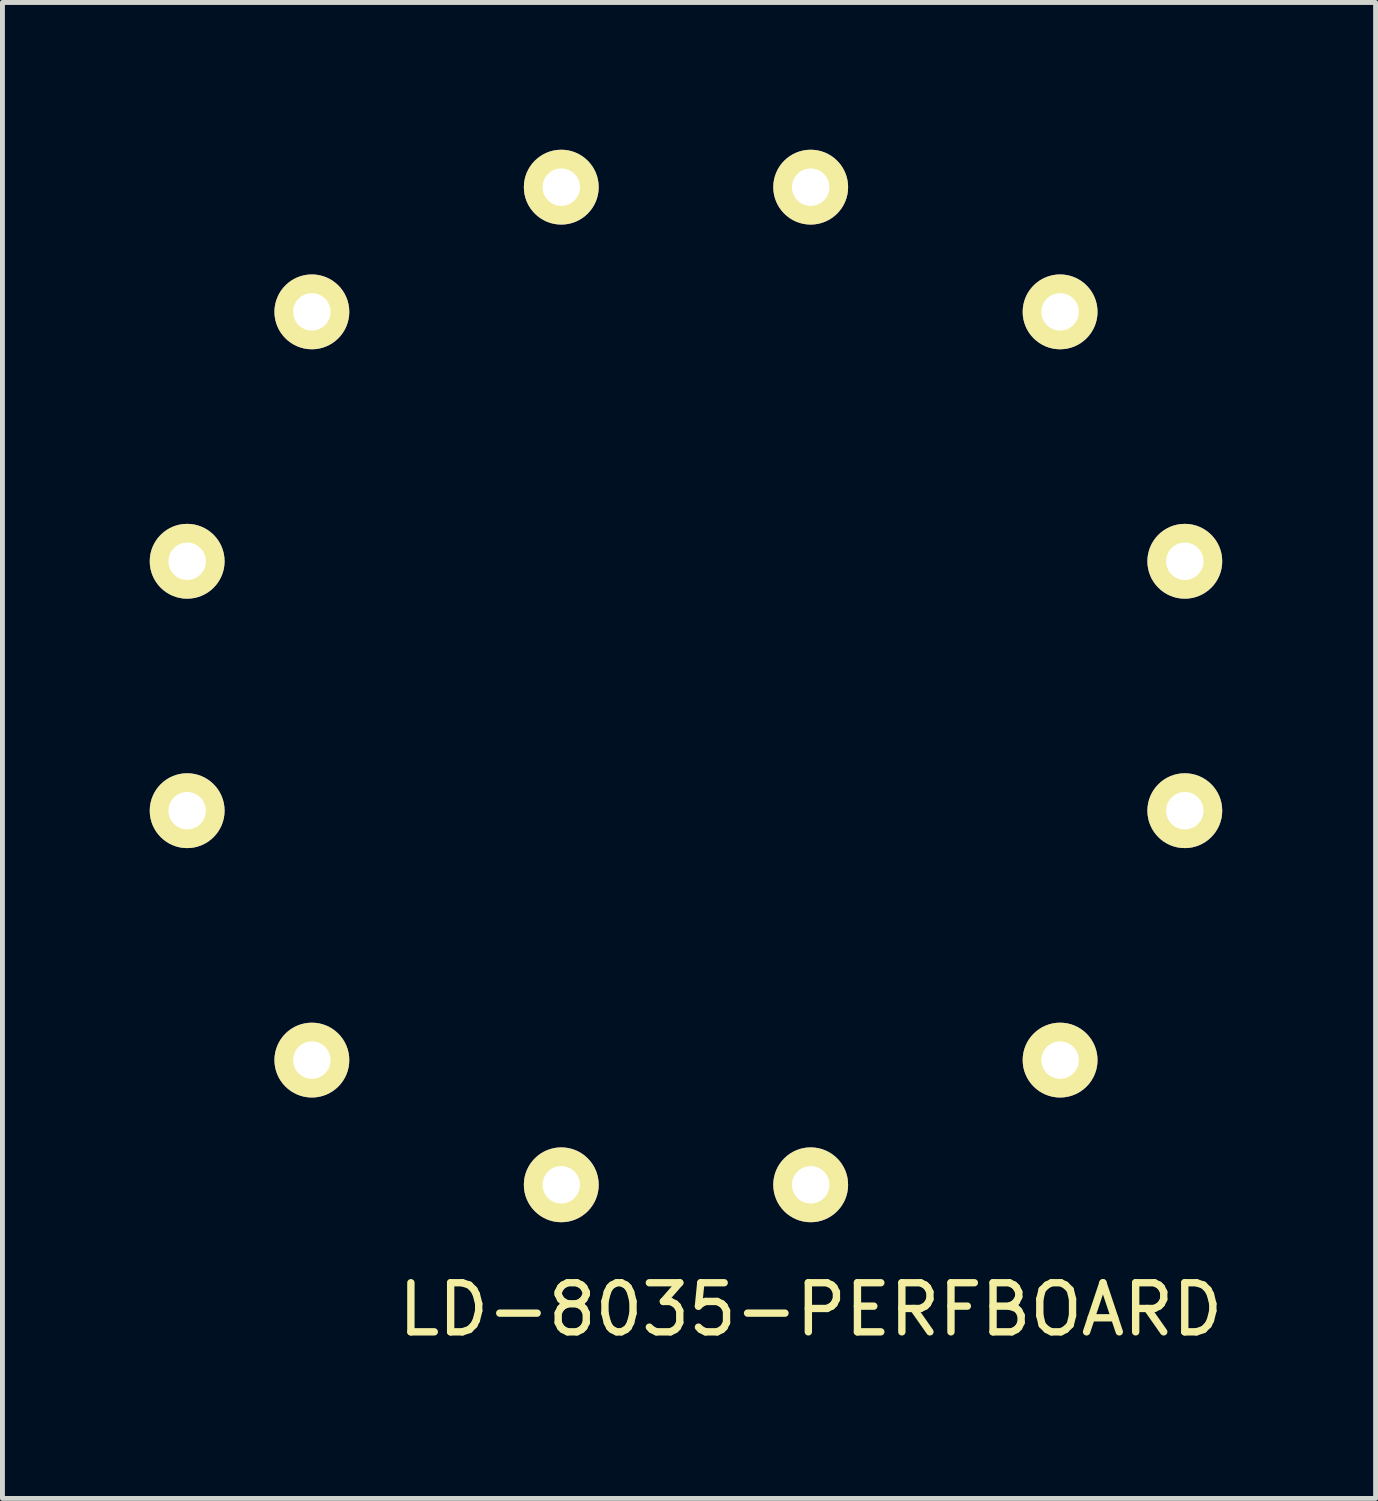
<source format=kicad_pcb>
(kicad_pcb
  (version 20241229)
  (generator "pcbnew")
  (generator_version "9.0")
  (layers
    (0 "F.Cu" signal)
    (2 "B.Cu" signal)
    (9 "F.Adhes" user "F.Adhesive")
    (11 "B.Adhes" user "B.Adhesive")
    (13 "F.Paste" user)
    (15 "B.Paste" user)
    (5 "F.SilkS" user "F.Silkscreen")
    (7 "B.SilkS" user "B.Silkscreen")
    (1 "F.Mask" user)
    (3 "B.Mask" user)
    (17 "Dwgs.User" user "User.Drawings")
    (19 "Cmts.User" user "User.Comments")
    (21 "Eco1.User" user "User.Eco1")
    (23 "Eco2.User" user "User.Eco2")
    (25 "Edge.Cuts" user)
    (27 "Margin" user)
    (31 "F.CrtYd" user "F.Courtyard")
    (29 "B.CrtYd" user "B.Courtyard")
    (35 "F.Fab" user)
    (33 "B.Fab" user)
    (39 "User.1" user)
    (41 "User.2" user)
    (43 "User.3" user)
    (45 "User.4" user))
  (footprint "LD-8035-PERFBOARD"
    (layer "F.Cu")
    (at 10.922 10.922)
    (property "Reference" "LD-8035-PERFBOARD" (at 2.54 12.7 0) (layer "F.SilkS") (effects (font (size 1 1) (thickness 0.15))))
    (attr through_hole)
    (pad "1" thru_hole circle (at -2.54 -10.16 180) (size 1.524 1.524) (drill 0.762) (layers "*.Cu" "*.Mask" "F.SilkS"))
    (pad "2" thru_hole circle (at -7.62 -7.62 180) (size 1.524 1.524) (drill 0.762) (layers "*.Cu" "*.Mask" "F.SilkS"))
    (pad "3" thru_hole circle (at -10.16 -2.54 180) (size 1.524 1.524) (drill 0.762) (layers "*.Cu" "*.Mask" "F.SilkS"))
    (pad "4" thru_hole circle (at -10.16 2.54 180) (size 1.524 1.524) (drill 0.762) (layers "*.Cu" "*.Mask" "F.SilkS"))
    (pad "5" thru_hole circle (at -7.62 7.62 180) (size 1.524 1.524) (drill 0.762) (layers "*.Cu" "*.Mask" "F.SilkS"))
    (pad "6" thru_hole circle (at -2.54 10.16 180) (size 1.524 1.524) (drill 0.762) (layers "*.Cu" "*.Mask" "F.SilkS"))
    (pad "7" thru_hole circle (at 2.54 10.16 180) (size 1.524 1.524) (drill 0.762) (layers "*.Cu" "*.Mask" "F.SilkS"))
    (pad "8" thru_hole circle (at 7.62 7.62 180) (size 1.524 1.524) (drill 0.762) (layers "*.Cu" "*.Mask" "F.SilkS"))
    (pad "9" thru_hole circle (at 10.16 2.54 180) (size 1.524 1.524) (drill 0.762) (layers "*.Cu" "*.Mask" "F.SilkS"))
    (pad "10" thru_hole circle (at 10.16 -2.54 180) (size 1.524 1.524) (drill 0.762) (layers "*.Cu" "*.Mask" "F.SilkS"))
    (pad "11" thru_hole circle (at 7.62 -7.62 180) (size 1.524 1.524) (drill 0.762) (layers "*.Cu" "*.Mask" "F.SilkS"))
    (pad "12" thru_hole circle (at 2.54 -10.16 180) (size 1.524 1.524) (drill 0.762) (layers "*.Cu" "*.Mask" "F.SilkS")))
  (gr_rect
    (start -3 -3)
    (end 24.968 27.47)
    (stroke (width 0.1) (type default))
    (fill no)
    (layer "Edge.Cuts")))
</source>
